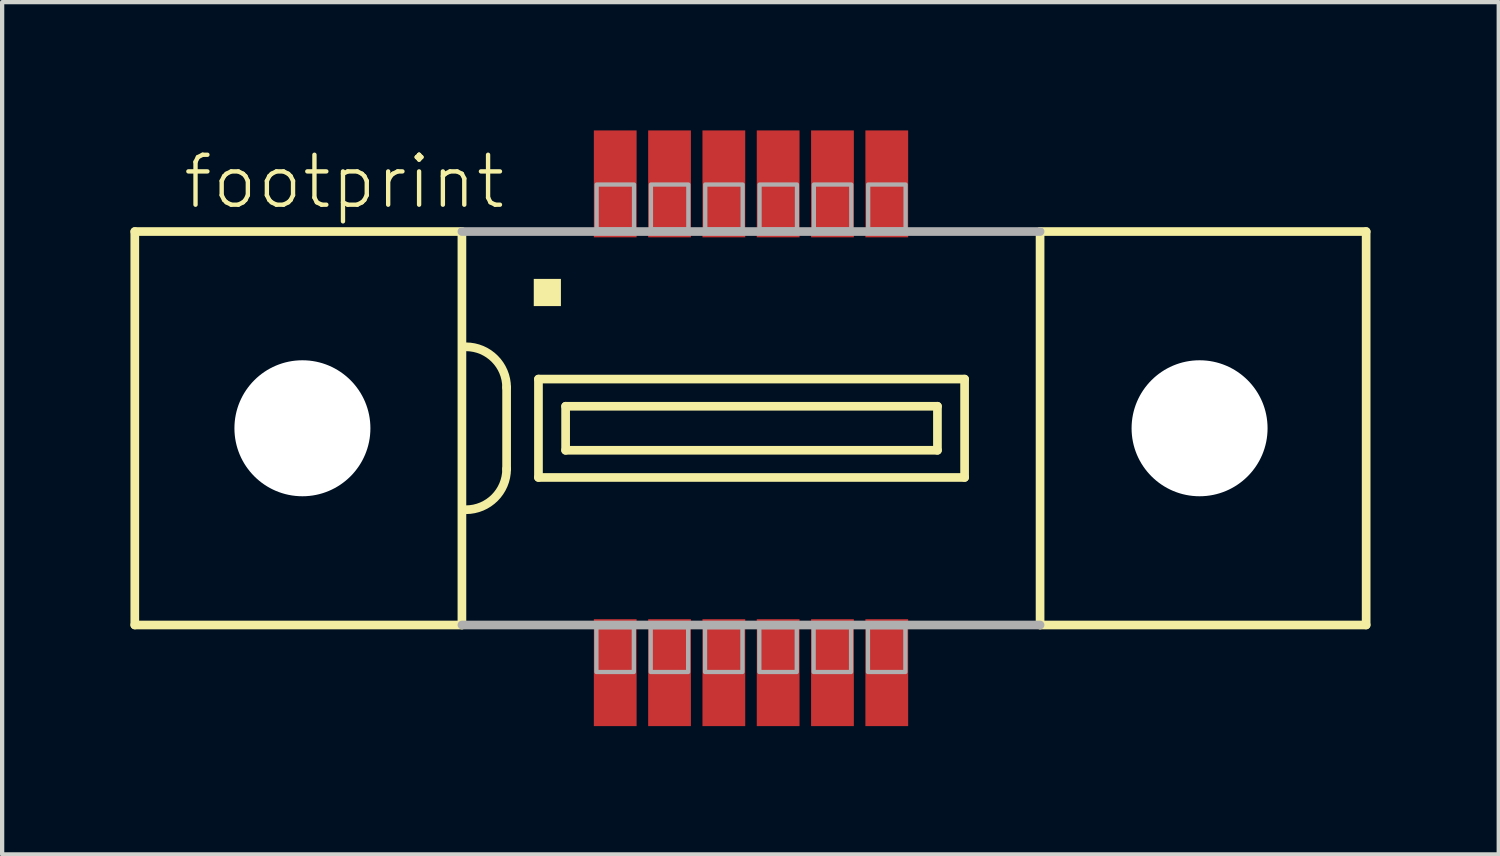
<source format=kicad_pcb>
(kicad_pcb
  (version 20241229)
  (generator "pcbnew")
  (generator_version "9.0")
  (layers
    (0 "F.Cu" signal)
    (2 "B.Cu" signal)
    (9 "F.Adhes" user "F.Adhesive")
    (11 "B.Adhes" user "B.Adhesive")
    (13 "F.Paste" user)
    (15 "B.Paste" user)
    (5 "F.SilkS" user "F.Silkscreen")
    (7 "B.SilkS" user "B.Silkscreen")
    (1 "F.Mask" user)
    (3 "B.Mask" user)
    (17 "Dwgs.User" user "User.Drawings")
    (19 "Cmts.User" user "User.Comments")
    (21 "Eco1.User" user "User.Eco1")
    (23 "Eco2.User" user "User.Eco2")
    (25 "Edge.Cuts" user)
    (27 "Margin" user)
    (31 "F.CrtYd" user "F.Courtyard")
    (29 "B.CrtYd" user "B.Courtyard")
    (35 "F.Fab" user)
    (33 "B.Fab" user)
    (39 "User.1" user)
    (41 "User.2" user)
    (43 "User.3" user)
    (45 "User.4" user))
  (footprint "footprint"
    (layer "F.Cu")
    (at 14.512 6.965)
    (property "Reference" "footprint" (at -13.335 -5.08 0) (layer "F.SilkS") (effects (font (size 1.168 1.168) (thickness 0.102)) (justify left bottom)))
    (fp_line (start -14.41 -4.6) (end -14.41 4.6) (stroke (width 0.203) (type solid)) (layer "F.SilkS"))
    (fp_line (start -14.41 4.6) (end -6.76 4.6) (stroke (width 0.203) (type solid)) (layer "F.SilkS"))
    (fp_line (start -6.76 -4.6) (end -14.41 -4.6) (stroke (width 0.203) (type solid)) (layer "F.SilkS"))
    (fp_line (start -6.76 -4.6) (end -6.76 4.6) (stroke (width 0.203) (type solid)) (layer "F.SilkS"))
    (fp_line (start -5.715 -0.953) (end -5.715 0.953) (stroke (width 0.203) (type solid)) (layer "F.SilkS"))
    (fp_line (start -4.97 -1.15) (end -4.97 1.15) (stroke (width 0.203) (type solid)) (layer "F.SilkS"))
    (fp_line (start -4.97 1.15) (end 4.995 1.15) (stroke (width 0.203) (type solid)) (layer "F.SilkS"))
    (fp_line (start -4.335 -0.515) (end -4.335 0.515) (stroke (width 0.203) (type solid)) (layer "F.SilkS"))
    (fp_line (start -4.335 0.515) (end 4.36 0.515) (stroke (width 0.203) (type solid)) (layer "F.SilkS"))
    (fp_line (start 4.36 -0.515) (end -4.335 -0.515) (stroke (width 0.203) (type solid)) (layer "F.SilkS"))
    (fp_line (start 4.36 0.515) (end 4.36 -0.515) (stroke (width 0.203) (type solid)) (layer "F.SilkS"))
    (fp_line (start 4.995 -1.15) (end -4.97 -1.15) (stroke (width 0.203) (type solid)) (layer "F.SilkS"))
    (fp_line (start 4.995 1.15) (end 4.995 -1.15) (stroke (width 0.203) (type solid)) (layer "F.SilkS"))
    (fp_line (start 6.76 4.6) (end 6.76 -4.6) (stroke (width 0.203) (type solid)) (layer "F.SilkS"))
    (fp_line (start 6.76 4.6) (end 14.385 4.6) (stroke (width 0.203) (type solid)) (layer "F.SilkS"))
    (fp_line (start 14.385 -4.6) (end 6.76 -4.6) (stroke (width 0.203) (type solid)) (layer "F.SilkS"))
    (fp_line (start 14.385 4.6) (end 14.385 -4.6) (stroke (width 0.203) (type solid)) (layer "F.SilkS"))
    (fp_arc (start -6.6675 -1.905) (mid -5.993981 -1.626019) (end -5.715 -0.9525) (stroke (width 0.2032) (type solid)) (layer "F.SilkS"))
    (fp_arc (start -5.715 0.9525) (mid -5.99401 1.625989) (end -6.667499 1.904999) (stroke (width 0.2032) (type solid)) (layer "F.SilkS"))
    (fp_poly (pts (xy -5.08 -2.857) (xy -4.445 -2.857) (xy -4.445 -3.493) (xy -5.08 -3.493)) (stroke (width 0) (type solid)) (fill yes) (layer "F.SilkS"))
    (fp_line (start -6.76 4.6) (end 6.76 4.6) (stroke (width 0.203) (type solid)) (layer "F.Fab"))
    (fp_line (start 6.76 -4.6) (end -6.76 -4.6) (stroke (width 0.203) (type solid)) (layer "F.Fab"))
    (fp_poly (pts (xy -3.61 -4.65) (xy -2.735 -4.65) (xy -2.735 -5.7) (xy -3.61 -5.7)) (stroke (width 0.1) (type solid)) (fill no) (layer "F.Fab"))
    (fp_poly (pts (xy -2.74 4.65) (xy -3.615 4.65) (xy -3.615 5.7) (xy -2.74 5.7)) (stroke (width 0.1) (type solid)) (fill no) (layer "F.Fab"))
    (fp_poly (pts (xy -2.34 -4.65) (xy -1.465 -4.65) (xy -1.465 -5.7) (xy -2.34 -5.7)) (stroke (width 0.1) (type solid)) (fill no) (layer "F.Fab"))
    (fp_poly (pts (xy -1.47 4.65) (xy -2.345 4.65) (xy -2.345 5.7) (xy -1.47 5.7)) (stroke (width 0.1) (type solid)) (fill no) (layer "F.Fab"))
    (fp_poly (pts (xy -1.07 -4.65) (xy -0.195 -4.65) (xy -0.195 -5.7) (xy -1.07 -5.7)) (stroke (width 0.1) (type solid)) (fill no) (layer "F.Fab"))
    (fp_poly (pts (xy -0.2 4.65) (xy -1.075 4.65) (xy -1.075 5.7) (xy -0.2 5.7)) (stroke (width 0.1) (type solid)) (fill no) (layer "F.Fab"))
    (fp_poly (pts (xy 0.2 -4.65) (xy 1.075 -4.65) (xy 1.075 -5.7) (xy 0.2 -5.7)) (stroke (width 0.1) (type solid)) (fill no) (layer "F.Fab"))
    (fp_poly (pts (xy 1.07 4.65) (xy 0.195 4.65) (xy 0.195 5.7) (xy 1.07 5.7)) (stroke (width 0.1) (type solid)) (fill no) (layer "F.Fab"))
    (fp_poly (pts (xy 1.47 -4.65) (xy 2.345 -4.65) (xy 2.345 -5.7) (xy 1.47 -5.7)) (stroke (width 0.1) (type solid)) (fill no) (layer "F.Fab"))
    (fp_poly (pts (xy 2.34 4.65) (xy 1.465 4.65) (xy 1.465 5.7) (xy 2.34 5.7)) (stroke (width 0.1) (type solid)) (fill no) (layer "F.Fab"))
    (fp_poly (pts (xy 2.74 -4.65) (xy 3.615 -4.65) (xy 3.615 -5.7) (xy 2.74 -5.7)) (stroke (width 0.1) (type solid)) (fill no) (layer "F.Fab"))
    (fp_poly (pts (xy 3.61 4.65) (xy 2.735 4.65) (xy 2.735 5.7) (xy 3.61 5.7)) (stroke (width 0.1) (type solid)) (fill no) (layer "F.Fab"))
    (pad "" np_thru_hole circle (at -10.49 0) (size 3.18 3.18) (drill 3.18) (layers "*.Cu" "*.Mask"))
    (pad "" np_thru_hole circle (at 10.49 0) (size 3.18 3.18) (drill 3.18) (layers "*.Cu" "*.Mask"))
    (pad "1" smd rect (at -3.175 -5.715) (size 1 2.5) (layers "F.Cu" "F.Mask" "F.Paste"))
    (pad "2" smd rect (at -1.905 -5.715) (size 1 2.5) (layers "F.Cu" "F.Mask" "F.Paste"))
    (pad "3" smd rect (at -0.635 -5.715) (size 1 2.5) (layers "F.Cu" "F.Mask" "F.Paste"))
    (pad "4" smd rect (at 0.635 -5.715) (size 1 2.5) (layers "F.Cu" "F.Mask" "F.Paste"))
    (pad "5" smd rect (at 1.905 -5.715) (size 1 2.5) (layers "F.Cu" "F.Mask" "F.Paste"))
    (pad "6" smd rect (at 3.175 -5.715) (size 1 2.5) (layers "F.Cu" "F.Mask" "F.Paste"))
    (pad "7" smd rect (at -3.175 5.715 180) (size 1 2.5) (layers "F.Cu" "F.Mask" "F.Paste"))
    (pad "8" smd rect (at -1.905 5.715 180) (size 1 2.5) (layers "F.Cu" "F.Mask" "F.Paste"))
    (pad "9" smd rect (at -0.635 5.715 180) (size 1 2.5) (layers "F.Cu" "F.Mask" "F.Paste"))
    (pad "10" smd rect (at 0.635 5.715 180) (size 1 2.5) (layers "F.Cu" "F.Mask" "F.Paste"))
    (pad "11" smd rect (at 1.905 5.715) (size 1 2.5) (layers "F.Cu" "F.Mask" "F.Paste"))
    (pad "12" smd rect (at 3.175 5.715) (size 1 2.5) (layers "F.Cu" "F.Mask" "F.Paste")))
  (gr_rect
    (start -3 -3)
    (end 31.998 16.93)
    (stroke (width 0.1) (type default))
    (fill no)
    (layer "Edge.Cuts")))
</source>
